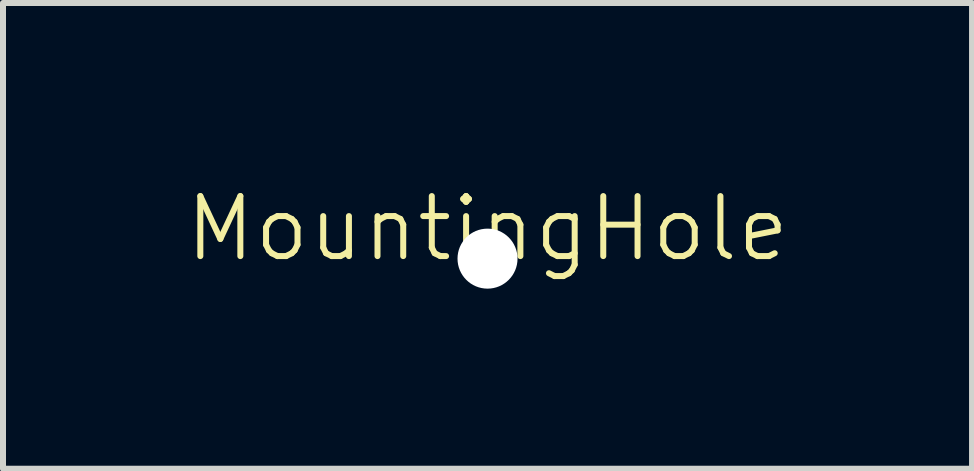
<source format=kicad_pcb>
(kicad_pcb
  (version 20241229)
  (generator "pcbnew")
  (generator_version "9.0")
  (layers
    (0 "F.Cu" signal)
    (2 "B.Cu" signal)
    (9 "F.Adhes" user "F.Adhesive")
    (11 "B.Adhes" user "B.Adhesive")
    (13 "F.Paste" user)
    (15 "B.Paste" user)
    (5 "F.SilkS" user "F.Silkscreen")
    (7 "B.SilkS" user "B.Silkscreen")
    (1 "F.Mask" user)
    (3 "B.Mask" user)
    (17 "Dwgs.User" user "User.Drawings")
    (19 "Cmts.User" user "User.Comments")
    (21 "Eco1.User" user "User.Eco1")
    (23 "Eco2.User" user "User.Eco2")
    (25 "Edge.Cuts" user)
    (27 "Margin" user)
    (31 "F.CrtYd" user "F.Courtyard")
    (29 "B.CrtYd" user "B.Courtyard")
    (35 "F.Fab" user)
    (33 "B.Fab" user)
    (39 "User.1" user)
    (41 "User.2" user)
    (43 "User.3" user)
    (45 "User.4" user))
  (footprint "MountingHole"
    (layer "F.Cu")
    (at 5.074 1.26)
    (property "Reference" "MountingHole" (at 0 -0.5 0) (unlocked yes) (layer "F.SilkS") (effects (font (size 1 1) (thickness 0.1))))
    (attr through_hole)
    (pad "" np_thru_hole circle (at 0 0) (size 1 1) (drill 1) (layers "*.Cu" "*.Mask")))
  (gr_rect
    (start -3 -3)
    (end 13.148 4.761)
    (stroke (width 0.1) (type default))
    (fill no)
    (layer "Edge.Cuts")))
</source>
